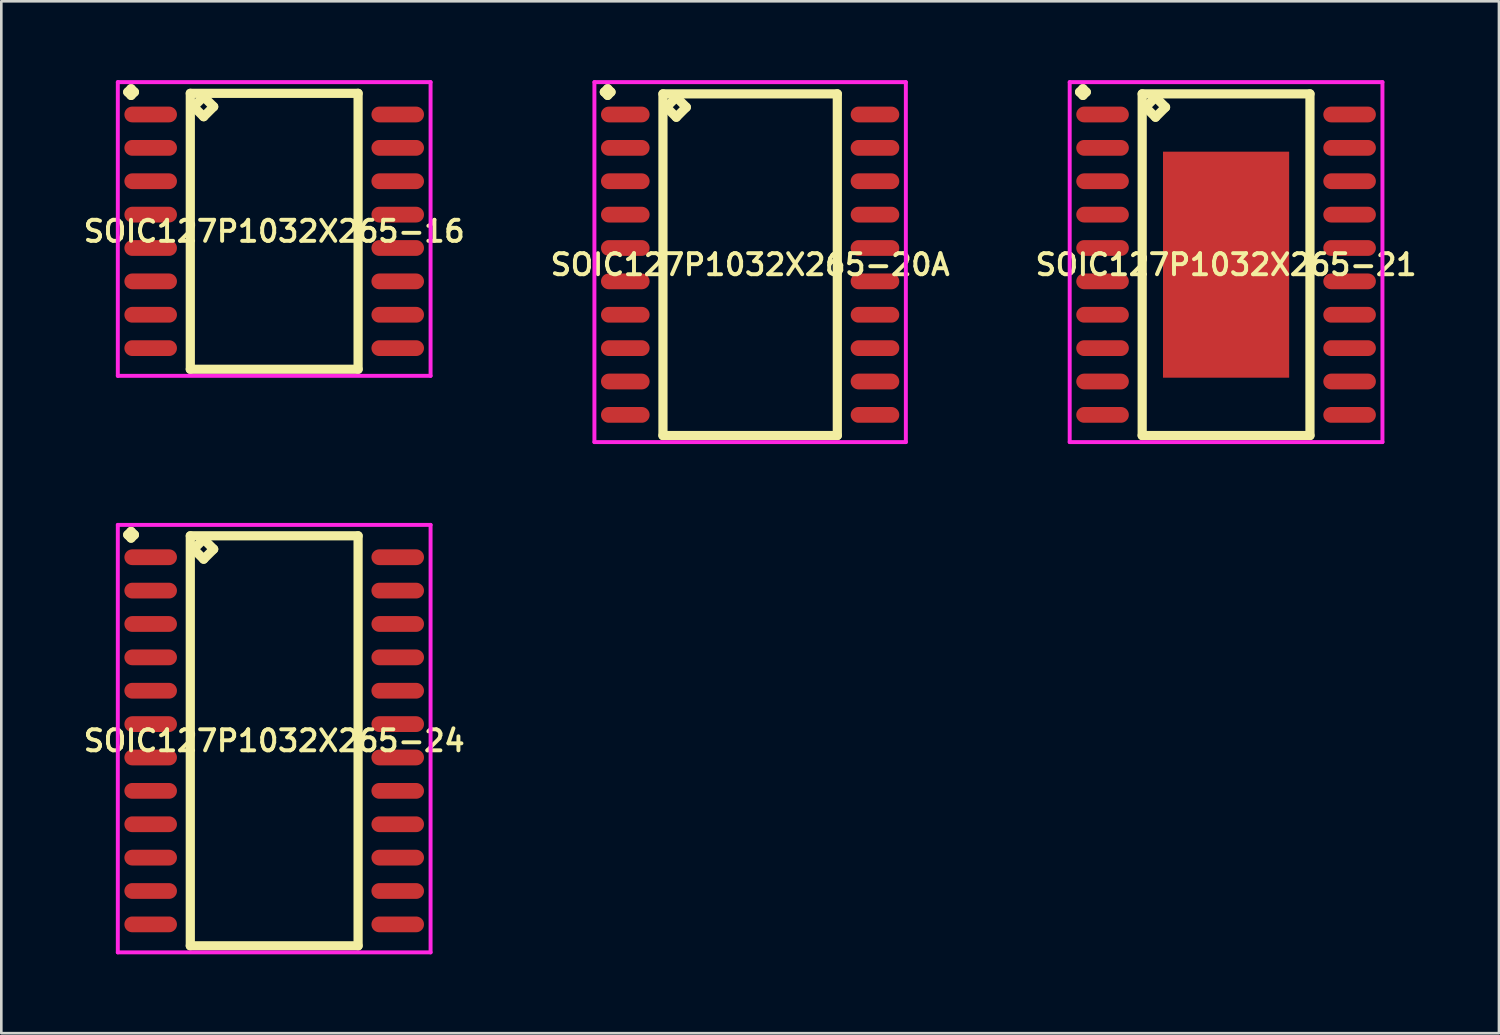
<source format=kicad_pcb>
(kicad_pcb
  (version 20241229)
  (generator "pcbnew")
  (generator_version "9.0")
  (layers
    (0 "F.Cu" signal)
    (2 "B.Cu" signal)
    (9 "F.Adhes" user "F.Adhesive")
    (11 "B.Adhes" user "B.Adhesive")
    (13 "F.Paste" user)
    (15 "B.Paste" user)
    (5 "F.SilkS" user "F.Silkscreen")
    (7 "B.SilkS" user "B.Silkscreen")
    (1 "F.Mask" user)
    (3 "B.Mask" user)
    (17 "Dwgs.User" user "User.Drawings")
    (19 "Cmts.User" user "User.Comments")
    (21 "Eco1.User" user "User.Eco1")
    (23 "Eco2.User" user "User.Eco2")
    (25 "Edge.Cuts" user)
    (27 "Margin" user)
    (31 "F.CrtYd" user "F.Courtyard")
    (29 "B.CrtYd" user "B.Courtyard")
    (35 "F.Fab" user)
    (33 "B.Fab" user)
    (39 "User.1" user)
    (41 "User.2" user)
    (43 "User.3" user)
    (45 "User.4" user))
  (footprint "SOIC127P1032X265-21"
    (layer "F.Cu")
    (at 43.601 7.021)
    (property "Reference" "SOIC127P1032X265-21" (at 0 0 0) (layer "F.SilkS") (effects (font (size 0.8 0.8) (thickness 0.15))))
    (attr smd)
    (fp_line (start -5.573 -6.569) (end -5.446 -6.696) (stroke (width 0.35) (type solid)) (layer "F.SilkS"))
    (fp_line (start -5.446 -6.696) (end -5.319 -6.569) (stroke (width 0.35) (type solid)) (layer "F.SilkS"))
    (fp_line (start -5.446 -6.442) (end -5.573 -6.569) (stroke (width 0.35) (type solid)) (layer "F.SilkS"))
    (fp_line (start -5.319 -6.569) (end -5.446 -6.442) (stroke (width 0.35) (type solid)) (layer "F.SilkS"))
    (fp_line (start -3.192 -6.5) (end -3.192 6.5) (stroke (width 0.35) (type solid)) (layer "F.SilkS"))
    (fp_line (start -3.192 6.5) (end 3.192 6.5) (stroke (width 0.35) (type solid)) (layer "F.SilkS"))
    (fp_line (start -3.065 -5.992) (end -2.684 -6.373) (stroke (width 0.35) (type solid)) (layer "F.SilkS"))
    (fp_line (start -2.684 -6.373) (end -2.303 -5.992) (stroke (width 0.35) (type solid)) (layer "F.SilkS"))
    (fp_line (start -2.684 -5.611) (end -3.065 -5.992) (stroke (width 0.35) (type solid)) (layer "F.SilkS"))
    (fp_line (start -2.303 -5.992) (end -2.684 -5.611) (stroke (width 0.35) (type solid)) (layer "F.SilkS"))
    (fp_line (start 3.192 -6.5) (end -3.192 -6.5) (stroke (width 0.35) (type solid)) (layer "F.SilkS"))
    (fp_line (start 3.192 6.5) (end 3.192 -6.5) (stroke (width 0.35) (type solid)) (layer "F.SilkS"))
    (fp_line (start -5.95 -6.946) (end 5.95 -6.946) (stroke (width 0.15) (type solid)) (layer "F.CrtYd"))
    (fp_line (start -5.95 6.75) (end -5.95 -6.946) (stroke (width 0.15) (type solid)) (layer "F.CrtYd"))
    (fp_line (start 5.95 -6.946) (end 5.95 6.75) (stroke (width 0.15) (type solid)) (layer "F.CrtYd"))
    (fp_line (start 5.95 6.75) (end -5.95 6.75) (stroke (width 0.15) (type solid)) (layer "F.CrtYd"))
    (pad "1" smd oval (at -4.7 -5.715) (size 2 0.6) (layers "F.Cu" "F.Mask" "F.Paste"))
    (pad "2" smd oval (at -4.7 -4.445) (size 2 0.6) (layers "F.Cu" "F.Mask" "F.Paste"))
    (pad "3" smd oval (at -4.7 -3.175) (size 2 0.6) (layers "F.Cu" "F.Mask" "F.Paste"))
    (pad "4" smd oval (at -4.7 -1.905) (size 2 0.6) (layers "F.Cu" "F.Mask" "F.Paste"))
    (pad "5" smd oval (at -4.7 -0.635) (size 2 0.6) (layers "F.Cu" "F.Mask" "F.Paste"))
    (pad "6" smd oval (at -4.7 0.635) (size 2 0.6) (layers "F.Cu" "F.Mask" "F.Paste"))
    (pad "7" smd oval (at -4.7 1.905) (size 2 0.6) (layers "F.Cu" "F.Mask" "F.Paste"))
    (pad "8" smd oval (at -4.7 3.175) (size 2 0.6) (layers "F.Cu" "F.Mask" "F.Paste"))
    (pad "9" smd oval (at -4.7 4.445) (size 2 0.6) (layers "F.Cu" "F.Mask" "F.Paste"))
    (pad "10" smd oval (at -4.7 5.715) (size 2 0.6) (layers "F.Cu" "F.Mask" "F.Paste"))
    (pad "11" smd oval (at 4.7 5.715) (size 2 0.6) (layers "F.Cu" "F.Mask" "F.Paste"))
    (pad "12" smd oval (at 4.7 4.445) (size 2 0.6) (layers "F.Cu" "F.Mask" "F.Paste"))
    (pad "13" smd oval (at 4.7 3.175) (size 2 0.6) (layers "F.Cu" "F.Mask" "F.Paste"))
    (pad "14" smd oval (at 4.7 1.905) (size 2 0.6) (layers "F.Cu" "F.Mask" "F.Paste"))
    (pad "15" smd oval (at 4.7 0.635) (size 2 0.6) (layers "F.Cu" "F.Mask" "F.Paste"))
    (pad "16" smd oval (at 4.7 -0.635) (size 2 0.6) (layers "F.Cu" "F.Mask" "F.Paste"))
    (pad "17" smd oval (at 4.7 -1.905) (size 2 0.6) (layers "F.Cu" "F.Mask" "F.Paste"))
    (pad "18" smd oval (at 4.7 -3.175) (size 2 0.6) (layers "F.Cu" "F.Mask" "F.Paste"))
    (pad "19" smd oval (at 4.7 -4.445) (size 2 0.6) (layers "F.Cu" "F.Mask" "F.Paste"))
    (pad "20" smd oval (at 4.7 -5.715) (size 2 0.6) (layers "F.Cu" "F.Mask" "F.Paste"))
    (pad "21" smd rect (at 0 0) (size 4.8 8.6) (layers "F.Cu" "F.Mask" "F.Paste")))
  (footprint "SOIC127P1032X265-20A"
    (layer "F.Cu")
    (at 25.492 7.021)
    (property "Reference" "SOIC127P1032X265-20A" (at 0 0 0) (layer "F.SilkS") (effects (font (size 0.8 0.8) (thickness 0.15))))
    (attr smd)
    (fp_line (start -5.548 -6.569) (end -5.421 -6.696) (stroke (width 0.35) (type solid)) (layer "F.SilkS"))
    (fp_line (start -5.421 -6.696) (end -5.294 -6.569) (stroke (width 0.35) (type solid)) (layer "F.SilkS"))
    (fp_line (start -5.421 -6.442) (end -5.548 -6.569) (stroke (width 0.35) (type solid)) (layer "F.SilkS"))
    (fp_line (start -5.294 -6.569) (end -5.421 -6.442) (stroke (width 0.35) (type solid)) (layer "F.SilkS"))
    (fp_line (start -3.317 -6.5) (end -3.317 6.5) (stroke (width 0.35) (type solid)) (layer "F.SilkS"))
    (fp_line (start -3.317 6.5) (end 3.317 6.5) (stroke (width 0.35) (type solid)) (layer "F.SilkS"))
    (fp_line (start -3.19 -5.992) (end -2.809 -6.373) (stroke (width 0.35) (type solid)) (layer "F.SilkS"))
    (fp_line (start -2.809 -6.373) (end -2.428 -5.992) (stroke (width 0.35) (type solid)) (layer "F.SilkS"))
    (fp_line (start -2.809 -5.611) (end -3.19 -5.992) (stroke (width 0.35) (type solid)) (layer "F.SilkS"))
    (fp_line (start -2.428 -5.992) (end -2.809 -5.611) (stroke (width 0.35) (type solid)) (layer "F.SilkS"))
    (fp_line (start 3.317 -6.5) (end -3.317 -6.5) (stroke (width 0.35) (type solid)) (layer "F.SilkS"))
    (fp_line (start 3.317 6.5) (end 3.317 -6.5) (stroke (width 0.35) (type solid)) (layer "F.SilkS"))
    (fp_line (start -5.925 -6.946) (end 5.925 -6.946) (stroke (width 0.15) (type solid)) (layer "F.CrtYd"))
    (fp_line (start -5.925 6.75) (end -5.925 -6.946) (stroke (width 0.15) (type solid)) (layer "F.CrtYd"))
    (fp_line (start 5.925 -6.946) (end 5.925 6.75) (stroke (width 0.15) (type solid)) (layer "F.CrtYd"))
    (fp_line (start 5.925 6.75) (end -5.925 6.75) (stroke (width 0.15) (type solid)) (layer "F.CrtYd"))
    (pad "1" smd oval (at -4.75 -5.715) (size 1.85 0.6) (layers "F.Cu" "F.Mask" "F.Paste"))
    (pad "2" smd oval (at -4.75 -4.445) (size 1.85 0.6) (layers "F.Cu" "F.Mask" "F.Paste"))
    (pad "3" smd oval (at -4.75 -3.175) (size 1.85 0.6) (layers "F.Cu" "F.Mask" "F.Paste"))
    (pad "4" smd oval (at -4.75 -1.905) (size 1.85 0.6) (layers "F.Cu" "F.Mask" "F.Paste"))
    (pad "5" smd oval (at -4.75 -0.635) (size 1.85 0.6) (layers "F.Cu" "F.Mask" "F.Paste"))
    (pad "6" smd oval (at -4.75 0.635) (size 1.85 0.6) (layers "F.Cu" "F.Mask" "F.Paste"))
    (pad "7" smd oval (at -4.75 1.905) (size 1.85 0.6) (layers "F.Cu" "F.Mask" "F.Paste"))
    (pad "8" smd oval (at -4.75 3.175) (size 1.85 0.6) (layers "F.Cu" "F.Mask" "F.Paste"))
    (pad "9" smd oval (at -4.75 4.445) (size 1.85 0.6) (layers "F.Cu" "F.Mask" "F.Paste"))
    (pad "10" smd oval (at -4.75 5.715) (size 1.85 0.6) (layers "F.Cu" "F.Mask" "F.Paste"))
    (pad "11" smd oval (at 4.75 5.715) (size 1.85 0.6) (layers "F.Cu" "F.Mask" "F.Paste"))
    (pad "12" smd oval (at 4.75 4.445) (size 1.85 0.6) (layers "F.Cu" "F.Mask" "F.Paste"))
    (pad "13" smd oval (at 4.75 3.175) (size 1.85 0.6) (layers "F.Cu" "F.Mask" "F.Paste"))
    (pad "14" smd oval (at 4.75 1.905) (size 1.85 0.6) (layers "F.Cu" "F.Mask" "F.Paste"))
    (pad "15" smd oval (at 4.75 0.635) (size 1.85 0.6) (layers "F.Cu" "F.Mask" "F.Paste"))
    (pad "16" smd oval (at 4.75 -0.635) (size 1.85 0.6) (layers "F.Cu" "F.Mask" "F.Paste"))
    (pad "17" smd oval (at 4.75 -1.905) (size 1.85 0.6) (layers "F.Cu" "F.Mask" "F.Paste"))
    (pad "18" smd oval (at 4.75 -3.175) (size 1.85 0.6) (layers "F.Cu" "F.Mask" "F.Paste"))
    (pad "19" smd oval (at 4.75 -4.445) (size 1.85 0.6) (layers "F.Cu" "F.Mask" "F.Paste"))
    (pad "20" smd oval (at 4.75 -5.715) (size 1.85 0.6) (layers "F.Cu" "F.Mask" "F.Paste")))
  (footprint "SOIC127P1032X265-16"
    (layer "F.Cu")
    (at 7.383 5.751)
    (property "Reference" "SOIC127P1032X265-16" (at 0 0 0) (layer "F.SilkS") (effects (font (size 0.8 0.8) (thickness 0.15))))
    (attr through_hole)
    (fp_line (start -5.573 -5.299) (end -5.446 -5.426) (stroke (width 0.35) (type solid)) (layer "F.SilkS"))
    (fp_line (start -5.446 -5.426) (end -5.319 -5.299) (stroke (width 0.35) (type solid)) (layer "F.SilkS"))
    (fp_line (start -5.446 -5.172) (end -5.573 -5.299) (stroke (width 0.35) (type solid)) (layer "F.SilkS"))
    (fp_line (start -5.319 -5.299) (end -5.446 -5.172) (stroke (width 0.35) (type solid)) (layer "F.SilkS"))
    (fp_line (start -3.192 -5.25) (end -3.192 5.25) (stroke (width 0.35) (type solid)) (layer "F.SilkS"))
    (fp_line (start -3.192 5.25) (end 3.192 5.25) (stroke (width 0.35) (type solid)) (layer "F.SilkS"))
    (fp_line (start -3.065 -4.742) (end -2.684 -5.123) (stroke (width 0.35) (type solid)) (layer "F.SilkS"))
    (fp_line (start -2.684 -5.123) (end -2.303 -4.742) (stroke (width 0.35) (type solid)) (layer "F.SilkS"))
    (fp_line (start -2.684 -4.361) (end -3.065 -4.742) (stroke (width 0.35) (type solid)) (layer "F.SilkS"))
    (fp_line (start -2.303 -4.742) (end -2.684 -4.361) (stroke (width 0.35) (type solid)) (layer "F.SilkS"))
    (fp_line (start 3.192 -5.25) (end -3.192 -5.25) (stroke (width 0.35) (type solid)) (layer "F.SilkS"))
    (fp_line (start 3.192 5.25) (end 3.192 -5.25) (stroke (width 0.35) (type solid)) (layer "F.SilkS"))
    (fp_line (start -5.95 -5.676) (end 5.95 -5.676) (stroke (width 0.15) (type solid)) (layer "F.CrtYd"))
    (fp_line (start -5.95 5.5) (end -5.95 -5.676) (stroke (width 0.15) (type solid)) (layer "F.CrtYd"))
    (fp_line (start 5.95 -5.676) (end 5.95 5.5) (stroke (width 0.15) (type solid)) (layer "F.CrtYd"))
    (fp_line (start 5.95 5.5) (end -5.95 5.5) (stroke (width 0.15) (type solid)) (layer "F.CrtYd"))
    (pad "1" smd oval (at -4.7 -4.445) (size 2 0.6) (layers "F.Cu" "F.Mask" "F.Paste"))
    (pad "2" smd oval (at -4.7 -3.175) (size 2 0.6) (layers "F.Cu" "F.Mask" "F.Paste"))
    (pad "3" smd oval (at -4.7 -1.905) (size 2 0.6) (layers "F.Cu" "F.Mask" "F.Paste"))
    (pad "4" smd oval (at -4.7 -0.635) (size 2 0.6) (layers "F.Cu" "F.Mask" "F.Paste"))
    (pad "5" smd oval (at -4.7 0.635) (size 2 0.6) (layers "F.Cu" "F.Mask" "F.Paste"))
    (pad "6" smd oval (at -4.7 1.905) (size 2 0.6) (layers "F.Cu" "F.Mask" "F.Paste"))
    (pad "7" smd oval (at -4.7 3.175) (size 2 0.6) (layers "F.Cu" "F.Mask" "F.Paste"))
    (pad "8" smd oval (at -4.7 4.445) (size 2 0.6) (layers "F.Cu" "F.Mask" "F.Paste"))
    (pad "9" smd oval (at 4.7 4.445) (size 2 0.6) (layers "F.Cu" "F.Mask" "F.Paste"))
    (pad "10" smd oval (at 4.7 3.175) (size 2 0.6) (layers "F.Cu" "F.Mask" "F.Paste"))
    (pad "11" smd oval (at 4.7 1.905) (size 2 0.6) (layers "F.Cu" "F.Mask" "F.Paste"))
    (pad "12" smd oval (at 4.7 0.635) (size 2 0.6) (layers "F.Cu" "F.Mask" "F.Paste"))
    (pad "13" smd oval (at 4.7 -0.635) (size 2 0.6) (layers "F.Cu" "F.Mask" "F.Paste"))
    (pad "14" smd oval (at 4.7 -1.905) (size 2 0.6) (layers "F.Cu" "F.Mask" "F.Paste"))
    (pad "15" smd oval (at 4.7 -3.175) (size 2 0.6) (layers "F.Cu" "F.Mask" "F.Paste"))
    (pad "16" smd oval (at 4.7 -4.445) (size 2 0.6) (layers "F.Cu" "F.Mask" "F.Paste")))
  (footprint "SOIC127P1032X265-24"
    (layer "F.Cu")
    (at 7.383 25.137)
    (property "Reference" "SOIC127P1032X265-24" (at 0 0 0) (layer "F.SilkS") (effects (font (size 0.8 0.8) (thickness 0.15))))
    (attr smd)
    (fp_line (start -5.573 -7.839) (end -5.446 -7.966) (stroke (width 0.35) (type solid)) (layer "F.SilkS"))
    (fp_line (start -5.446 -7.966) (end -5.319 -7.839) (stroke (width 0.35) (type solid)) (layer "F.SilkS"))
    (fp_line (start -5.446 -7.712) (end -5.573 -7.839) (stroke (width 0.35) (type solid)) (layer "F.SilkS"))
    (fp_line (start -5.319 -7.839) (end -5.446 -7.712) (stroke (width 0.35) (type solid)) (layer "F.SilkS"))
    (fp_line (start -3.192 -7.8) (end -3.192 7.8) (stroke (width 0.35) (type solid)) (layer "F.SilkS"))
    (fp_line (start -3.192 7.8) (end 3.192 7.8) (stroke (width 0.35) (type solid)) (layer "F.SilkS"))
    (fp_line (start -3.065 -7.292) (end -2.684 -7.673) (stroke (width 0.35) (type solid)) (layer "F.SilkS"))
    (fp_line (start -2.684 -7.673) (end -2.303 -7.292) (stroke (width 0.35) (type solid)) (layer "F.SilkS"))
    (fp_line (start -2.684 -6.911) (end -3.065 -7.292) (stroke (width 0.35) (type solid)) (layer "F.SilkS"))
    (fp_line (start -2.303 -7.292) (end -2.684 -6.911) (stroke (width 0.35) (type solid)) (layer "F.SilkS"))
    (fp_line (start 3.192 -7.8) (end -3.192 -7.8) (stroke (width 0.35) (type solid)) (layer "F.SilkS"))
    (fp_line (start 3.192 7.8) (end 3.192 -7.8) (stroke (width 0.35) (type solid)) (layer "F.SilkS"))
    (fp_line (start -5.95 -8.216) (end 5.95 -8.216) (stroke (width 0.15) (type solid)) (layer "F.CrtYd"))
    (fp_line (start -5.95 8.05) (end -5.95 -8.216) (stroke (width 0.15) (type solid)) (layer "F.CrtYd"))
    (fp_line (start 5.95 -8.216) (end 5.95 8.05) (stroke (width 0.15) (type solid)) (layer "F.CrtYd"))
    (fp_line (start 5.95 8.05) (end -5.95 8.05) (stroke (width 0.15) (type solid)) (layer "F.CrtYd"))
    (pad "1" smd oval (at -4.7 -6.985) (size 2 0.6) (layers "F.Cu" "F.Mask" "F.Paste"))
    (pad "2" smd oval (at -4.7 -5.715) (size 2 0.6) (layers "F.Cu" "F.Mask" "F.Paste"))
    (pad "3" smd oval (at -4.7 -4.445) (size 2 0.6) (layers "F.Cu" "F.Mask" "F.Paste"))
    (pad "4" smd oval (at -4.7 -3.175) (size 2 0.6) (layers "F.Cu" "F.Mask" "F.Paste"))
    (pad "5" smd oval (at -4.7 -1.905) (size 2 0.6) (layers "F.Cu" "F.Mask" "F.Paste"))
    (pad "6" smd oval (at -4.7 -0.635) (size 2 0.6) (layers "F.Cu" "F.Mask" "F.Paste"))
    (pad "7" smd oval (at -4.7 0.635) (size 2 0.6) (layers "F.Cu" "F.Mask" "F.Paste"))
    (pad "8" smd oval (at -4.7 1.905) (size 2 0.6) (layers "F.Cu" "F.Mask" "F.Paste"))
    (pad "9" smd oval (at -4.7 3.175) (size 2 0.6) (layers "F.Cu" "F.Mask" "F.Paste"))
    (pad "10" smd oval (at -4.7 4.445) (size 2 0.6) (layers "F.Cu" "F.Mask" "F.Paste"))
    (pad "11" smd oval (at -4.7 5.715) (size 2 0.6) (layers "F.Cu" "F.Mask" "F.Paste"))
    (pad "12" smd oval (at -4.7 6.985) (size 2 0.6) (layers "F.Cu" "F.Mask" "F.Paste"))
    (pad "13" smd oval (at 4.7 6.985) (size 2 0.6) (layers "F.Cu" "F.Mask" "F.Paste"))
    (pad "14" smd oval (at 4.7 5.715) (size 2 0.6) (layers "F.Cu" "F.Mask" "F.Paste"))
    (pad "15" smd oval (at 4.7 4.445) (size 2 0.6) (layers "F.Cu" "F.Mask" "F.Paste"))
    (pad "16" smd oval (at 4.7 3.175) (size 2 0.6) (layers "F.Cu" "F.Mask" "F.Paste"))
    (pad "17" smd oval (at 4.7 1.905) (size 2 0.6) (layers "F.Cu" "F.Mask" "F.Paste"))
    (pad "18" smd oval (at 4.7 0.635) (size 2 0.6) (layers "F.Cu" "F.Mask" "F.Paste"))
    (pad "19" smd oval (at 4.7 -0.635) (size 2 0.6) (layers "F.Cu" "F.Mask" "F.Paste"))
    (pad "20" smd oval (at 4.7 -1.905) (size 2 0.6) (layers "F.Cu" "F.Mask" "F.Paste"))
    (pad "21" smd oval (at 4.7 -3.175) (size 2 0.6) (layers "F.Cu" "F.Mask" "F.Paste"))
    (pad "22" smd oval (at 4.7 -4.445) (size 2 0.6) (layers "F.Cu" "F.Mask" "F.Paste"))
    (pad "23" smd oval (at 4.7 -5.715) (size 2 0.6) (layers "F.Cu" "F.Mask" "F.Paste"))
    (pad "24" smd oval (at 4.7 -6.985) (size 2 0.6) (layers "F.Cu" "F.Mask" "F.Paste")))
  (gr_rect
    (start -3 -3)
    (end 53.984 36.262)
    (stroke (width 0.1) (type default))
    (fill no)
    (layer "Edge.Cuts")))
</source>
